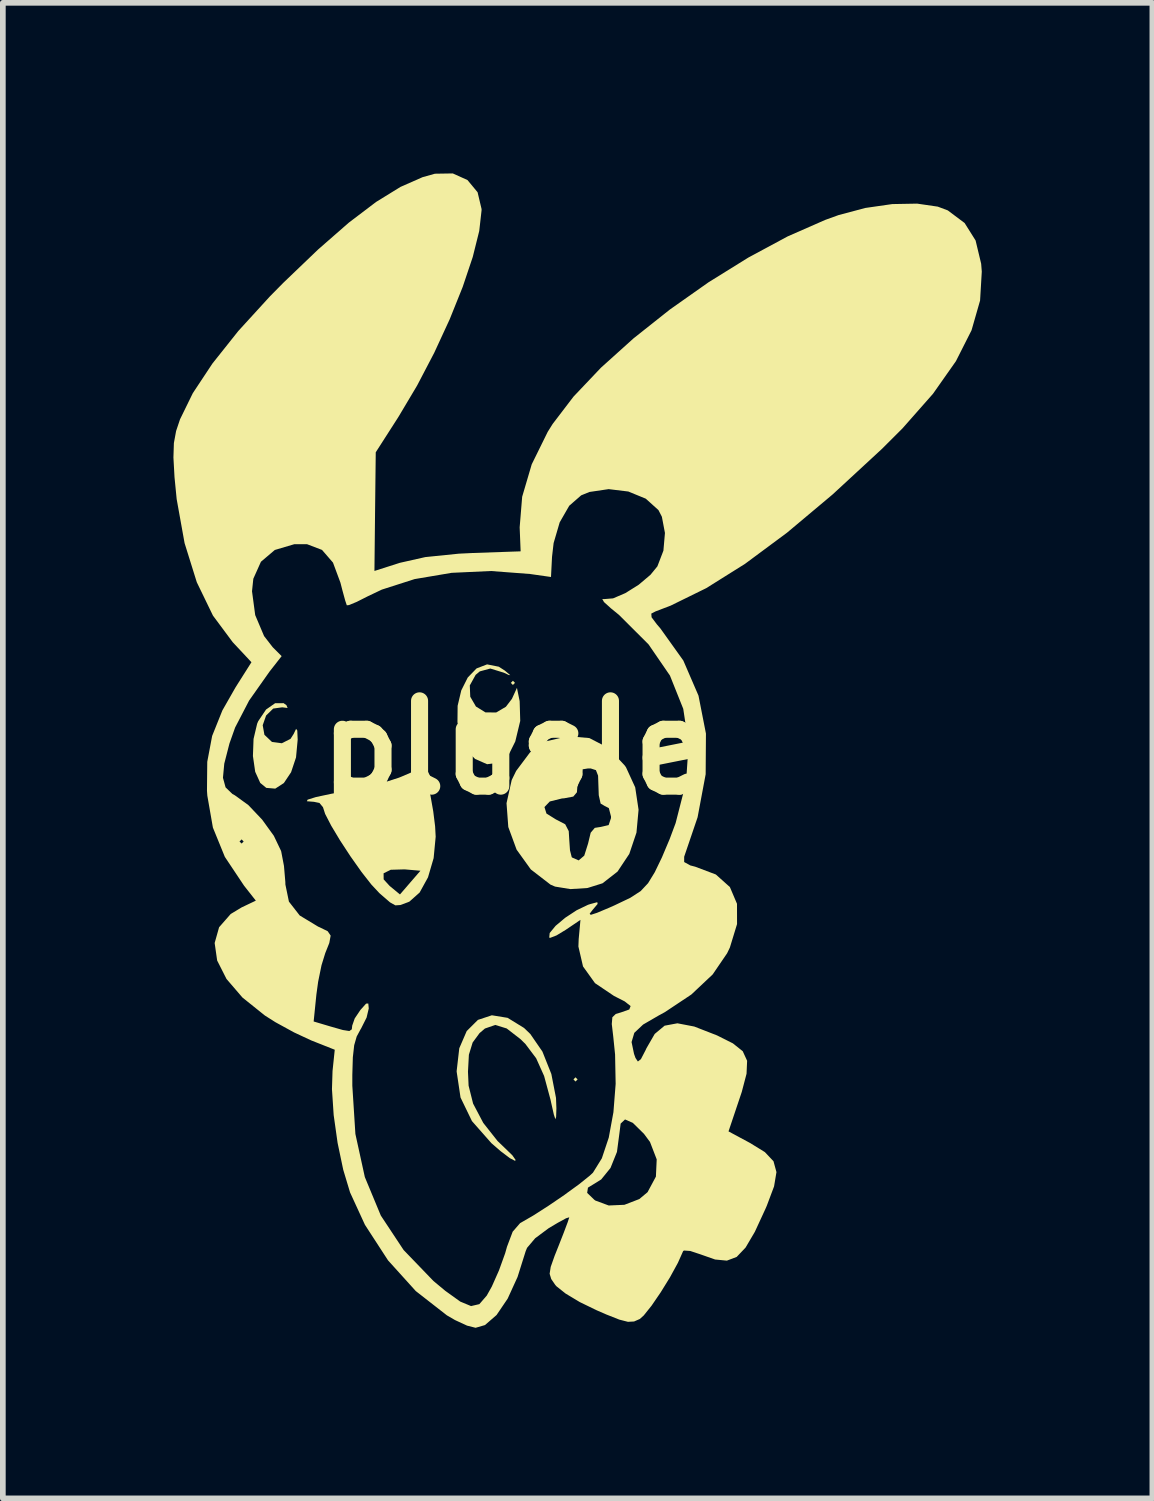
<source format=kicad_pcb>
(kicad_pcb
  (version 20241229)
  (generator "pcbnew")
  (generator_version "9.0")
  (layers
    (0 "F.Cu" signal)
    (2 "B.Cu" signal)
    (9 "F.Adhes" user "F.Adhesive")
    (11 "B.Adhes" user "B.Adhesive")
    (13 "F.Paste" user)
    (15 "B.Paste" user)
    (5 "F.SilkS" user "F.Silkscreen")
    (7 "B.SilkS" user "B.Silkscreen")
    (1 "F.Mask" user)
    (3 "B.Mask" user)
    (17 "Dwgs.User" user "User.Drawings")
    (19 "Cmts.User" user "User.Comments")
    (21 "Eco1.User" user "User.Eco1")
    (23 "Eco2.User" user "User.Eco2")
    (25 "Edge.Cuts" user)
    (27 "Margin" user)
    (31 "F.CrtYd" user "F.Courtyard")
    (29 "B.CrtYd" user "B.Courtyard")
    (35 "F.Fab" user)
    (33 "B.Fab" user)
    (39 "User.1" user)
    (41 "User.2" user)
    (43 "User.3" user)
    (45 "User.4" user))
  (footprint "plusle"
    (layer "F.Cu")
    (at 6.007 10.097)
    (property "Reference" "plusle" (at 0 0 0) (layer "F.SilkS") (effects (font (size 1.5 1.5) (thickness 0.3))))
    (attr board_only exclude_from_pos_files exclude_from_bom)
    (fp_poly (pts (xy 0 -1.138) (xy -0.037 -1.101) (xy -0.073 -1.138) (xy -0.037 -1.175)) (stroke (width 0) (type solid)) (fill yes) (layer "F.SilkS"))
    (fp_poly (pts (xy 1.101 5.836) (xy 1.064 5.873) (xy 1.028 5.836) (xy 1.064 5.799)) (stroke (width 0) (type solid)) (fill yes) (layer "F.SilkS"))
    (fp_poly (pts (xy -3.006 0.409) (xy -3.047 0.483) (xy -3.087 0.503) (xy -3.15 0.48) (xy -3.146 0.444) (xy -3.084 0.365) (xy -3.063 0.362)) (stroke (width 0) (type solid)) (fill yes) (layer "F.SilkS"))
    (fp_poly (pts (xy -4.02 -0.746) (xy -3.999 -0.696) (xy -4.094 -0.708) (xy -4.252 -0.686) (xy -4.377 -0.564) (xy -4.437 -0.393) (xy -4.407 -0.225) (xy -4.274 -0.099) (xy -4.101 -0.076) (xy -3.948 -0.153) (xy -3.893 -0.239) (xy -3.85 -0.329) (xy -3.829 -0.301) (xy -3.822 -0.139) (xy -3.822 -0.139) (xy -3.851 0.173) (xy -3.938 0.434) (xy -4.065 0.624) (xy -4.216 0.722) (xy -4.374 0.709) (xy -4.48 0.622) (xy -4.569 0.426) (xy -4.609 0.149) (xy -4.598 -0.152) (xy -4.535 -0.419) (xy -4.516 -0.464) (xy -4.378 -0.669) (xy -4.219 -0.78) (xy -4.07 -0.781)) (stroke (width 0) (type solid)) (fill yes) (layer "F.SilkS"))
    (fp_poly (pts (xy -0.285 -1.422) (xy -0.179 -1.354) (xy -0.084 -1.274) (xy -0.109 -1.276) (xy -0.197 -1.317) (xy -0.434 -1.39) (xy -0.619 -1.34) (xy -0.692 -1.279) (xy -0.795 -1.093) (xy -0.787 -0.894) (xy -0.687 -0.722) (xy -0.52 -0.619) (xy -0.331 -0.617) (xy -0.16 -0.718) (xy -0.054 -0.857) (xy 0.034 -1.05) (xy 0.082 -0.815) (xy 0.092 -0.469) (xy 0.005 -0.108) (xy -0.104 0.112) (xy -0.277 0.263) (xy -0.49 0.293) (xy -0.702 0.2) (xy -0.8 0.103) (xy -0.946 -0.158) (xy -1.012 -0.445) (xy -1.009 -0.735) (xy -0.945 -1.005) (xy -0.831 -1.232) (xy -0.676 -1.392) (xy -0.491 -1.463)) (stroke (width 0) (type solid)) (fill yes) (layer "F.SilkS"))
    (fp_poly (pts (xy -0.13 4.753) (xy 0.159 4.931) (xy 0.269 5.037) (xy 0.482 5.346) (xy 0.639 5.74) (xy 0.721 6.161) (xy 0.728 6.345) (xy 0.723 6.496) (xy 0.71 6.536) (xy 0.683 6.454) (xy 0.635 6.241) (xy 0.625 6.194) (xy 0.512 5.776) (xy 0.372 5.464) (xy 0.183 5.213) (xy 0.098 5.129) (xy -0.146 4.94) (xy -0.347 4.878) (xy -0.529 4.941) (xy -0.623 5.021) (xy -0.745 5.187) (xy -0.811 5.402) (xy -0.827 5.701) (xy -0.816 5.946) (xy -0.737 6.261) (xy -0.558 6.601) (xy -0.306 6.92) (xy -0.184 7.037) (xy -0.047 7.17) (xy 0.011 7.253) (xy 0.001 7.268) (xy -0.09 7.221) (xy -0.25 7.1) (xy -0.416 6.956) (xy -0.757 6.569) (xy -0.958 6.154) (xy -1.026 5.699) (xy -1.026 5.689) (xy -0.98 5.288) (xy -0.849 4.985) (xy -0.652 4.789) (xy -0.407 4.708)) (stroke (width 0) (type solid)) (fill yes) (layer "F.SilkS"))
    (fp_poly (pts (xy -1.598 0.434) (xy -1.543 0.607) (xy -1.486 0.849) (xy -1.438 1.121) (xy -1.405 1.384) (xy -1.395 1.568) (xy -1.431 1.944) (xy -1.53 2.282) (xy -1.677 2.549) (xy -1.857 2.709) (xy -1.886 2.721) (xy -2.016 2.769) (xy -2.104 2.775) (xy -2.198 2.722) (xy -2.346 2.594) (xy -2.385 2.56) (xy -2.525 2.41) (xy -2.681 2.211) (xy -2.311 2.211) (xy -2.31 2.318) (xy -2.204 2.434) (xy -2.023 2.583) (xy -1.843 2.374) (xy -1.663 2.166) (xy -1.942 2.142) (xy -2.185 2.149) (xy -2.311 2.211) (xy -2.681 2.211) (xy -2.701 2.185) (xy -2.892 1.915) (xy -3.076 1.634) (xy -3.232 1.374) (xy -3.339 1.167) (xy -3.377 1.049) (xy -3.439 0.974) (xy -3.536 0.954) (xy -3.66 0.944) (xy -3.647 0.916) (xy -3.503 0.871) (xy -3.237 0.814) (xy -2.965 0.764) (xy -2.625 0.695) (xy -2.298 0.612) (xy -2.043 0.53) (xy -1.991 0.509) (xy -1.798 0.426) (xy -1.671 0.375) (xy -1.645 0.367)) (stroke (width 0) (type solid)) (fill yes) (layer "F.SilkS"))
    (fp_poly (pts (xy 1.308 -0.167) (xy 1.642 0.006) (xy 1.933 0.319) (xy 1.953 0.349) (xy 2.114 0.7) (xy 2.173 1.094) (xy 2.136 1.496) (xy 2.01 1.87) (xy 1.803 2.181) (xy 1.539 2.387) (xy 1.277 2.469) (xy 0.975 2.489) (xy 0.705 2.445) (xy 0.624 2.41) (xy 0.278 2.143) (xy 0.028 1.795) (xy -0.118 1.397) (xy -0.144 1.046) (xy 0.518 1.046) (xy 0.553 1.16) (xy 0.723 1.266) (xy 0.728 1.268) (xy 0.883 1.349) (xy 0.945 1.469) (xy 0.954 1.619) (xy 0.967 1.807) (xy 0.997 1.925) (xy 1.003 1.933) (xy 1.12 1.984) (xy 1.218 1.9) (xy 1.284 1.691) (xy 1.285 1.688) (xy 1.331 1.497) (xy 1.403 1.412) (xy 1.511 1.395) (xy 1.647 1.363) (xy 1.688 1.24) (xy 1.688 1.211) (xy 1.65 1.064) (xy 1.578 1.028) (xy 1.506 0.985) (xy 1.473 0.838) (xy 1.468 0.697) (xy 1.461 0.494) (xy 1.423 0.397) (xy 1.334 0.368) (xy 1.285 0.367) (xy 1.16 0.387) (xy 1.109 0.475) (xy 1.101 0.62) (xy 1.089 0.786) (xy 1.025 0.862) (xy 0.865 0.892) (xy 0.826 0.895) (xy 0.612 0.948) (xy 0.518 1.046) (xy -0.144 1.046) (xy -0.149 0.978) (xy -0.058 0.571) (xy 0.02 0.411) (xy 0.264 0.085) (xy 0.562 -0.114) (xy 0.931 -0.2)) (stroke (width 0) (type solid)) (fill yes) (layer "F.SilkS"))
    (fp_poly (pts (xy -0.836 -9.981) (xy -0.658 -9.766) (xy -0.588 -9.471) (xy -0.588 -9.448) (xy -0.629 -9.085) (xy -0.743 -8.628) (xy -0.92 -8.101) (xy -1.149 -7.531) (xy -1.42 -6.944) (xy -1.722 -6.366) (xy -2.046 -5.822) (xy -2.059 -5.801) (xy -2.449 -5.193) (xy -2.461 -4.149) (xy -2.472 -3.106) (xy -2.025 -3.249) (xy -1.577 -3.35) (xy -0.987 -3.41) (xy -0.74 -3.422) (xy 0.099 -3.451) (xy 0.082 -3.873) (xy 0.126 -4.411) (xy 0.294 -4.981) (xy 0.575 -5.552) (xy 0.662 -5.691) (xy 1.029 -6.172) (xy 1.511 -6.68) (xy 2.084 -7.196) (xy 2.723 -7.703) (xy 3.404 -8.183) (xy 4.103 -8.617) (xy 4.794 -8.989) (xy 5.454 -9.279) (xy 5.689 -9.364) (xy 6.162 -9.49) (xy 6.635 -9.558) (xy 7.072 -9.566) (xy 7.435 -9.513) (xy 7.611 -9.447) (xy 7.907 -9.225) (xy 8.1 -8.918) (xy 8.198 -8.509) (xy 8.209 -8.37) (xy 8.179 -7.862) (xy 8.029 -7.339) (xy 7.754 -6.795) (xy 7.351 -6.222) (xy 6.815 -5.614) (xy 6.45 -5.25) (xy 5.585 -4.451) (xy 4.784 -3.779) (xy 4.045 -3.231) (xy 3.364 -2.804) (xy 2.737 -2.496) (xy 2.47 -2.394) (xy 2.397 -2.356) (xy 2.402 -2.291) (xy 2.495 -2.167) (xy 2.557 -2.095) (xy 2.96 -1.531) (xy 3.227 -0.913) (xy 3.358 -0.246) (xy 3.353 0.469) (xy 3.211 1.226) (xy 2.975 1.92) (xy 2.975 2.013) (xy 3.084 2.073) (xy 3.169 2.095) (xy 3.532 2.232) (xy 3.779 2.453) (xy 3.904 2.747) (xy 3.905 3.104) (xy 3.779 3.516) (xy 3.73 3.618) (xy 3.476 3.99) (xy 3.101 4.343) (xy 2.635 4.653) (xy 2.532 4.709) (xy 2.253 4.871) (xy 2.098 5.017) (xy 2.05 5.179) (xy 2.093 5.386) (xy 2.119 5.459) (xy 2.161 5.521) (xy 2.214 5.48) (xy 2.297 5.32) (xy 2.311 5.289) (xy 2.457 5.036) (xy 2.631 4.891) (xy 2.856 4.849) (xy 3.153 4.906) (xy 3.543 5.058) (xy 3.551 5.061) (xy 3.832 5.202) (xy 4.005 5.34) (xy 4.082 5.508) (xy 4.072 5.736) (xy 3.988 6.056) (xy 3.94 6.199) (xy 3.755 6.75) (xy 4.134 6.954) (xy 4.394 7.114) (xy 4.546 7.275) (xy 4.598 7.466) (xy 4.556 7.717) (xy 4.428 8.058) (xy 4.404 8.113) (xy 4.218 8.516) (xy 4.055 8.793) (xy 3.898 8.958) (xy 3.726 9.023) (xy 3.519 9.003) (xy 3.26 8.912) (xy 3.082 8.853) (xy 2.971 8.845) (xy 2.956 8.857) (xy 2.865 9.061) (xy 2.726 9.315) (xy 2.563 9.579) (xy 2.401 9.816) (xy 2.264 9.987) (xy 2.195 10.049) (xy 2.094 10.093) (xy 1.986 10.099) (xy 1.834 10.06) (xy 1.604 9.969) (xy 1.432 9.894) (xy 1.138 9.751) (xy 0.89 9.602) (xy 0.729 9.474) (xy 0.708 9.45) (xy 0.637 9.346) (xy 0.609 9.254) (xy 0.628 9.133) (xy 0.696 8.94) (xy 0.761 8.777) (xy 0.856 8.535) (xy 0.925 8.351) (xy 0.954 8.263) (xy 0.954 8.261) (xy 0.898 8.278) (xy 0.753 8.357) (xy 0.593 8.452) (xy 0.355 8.629) (xy 0.212 8.798) (xy 0.188 8.856) (xy 0.045 9.31) (xy -0.129 9.691) (xy -0.324 9.979) (xy -0.528 10.156) (xy -0.693 10.204) (xy -0.843 10.166) (xy -1.055 10.068) (xy -1.198 9.985) (xy -1.745 9.558) (xy -2.233 9.018) (xy -2.639 8.393) (xy -2.901 7.823) (xy -3.021 7.424) (xy -3.12 6.952) (xy -3.189 6.462) (xy -3.219 6.007) (xy -3.209 5.689) (xy -3.17 5.314) (xy -3.586 5.149) (xy -3.886 5.009) (xy -4.213 4.83) (xy -4.399 4.712) (xy -4.793 4.396) (xy -5.074 4.069) (xy -5.238 3.745) (xy -5.282 3.437) (xy -5.204 3.16) (xy -5 2.927) (xy -4.808 2.811) (xy -4.558 2.692) (xy -4.765 2.429) (xy -5.103 1.922) (xy -5.213 1.652) (xy -4.845 1.652) (xy -4.808 1.688) (xy -4.772 1.652) (xy -4.808 1.615) (xy -4.845 1.652) (xy -5.213 1.652) (xy -5.313 1.407) (xy -5.411 0.845) (xy -5.417 0.761) (xy -5.415 0.531) (xy -5.136 0.531) (xy -5.09 0.7) (xy -4.97 0.816) (xy -4.926 0.84) (xy -4.689 1.012) (xy -4.447 1.267) (xy -4.241 1.552) (xy -4.115 1.816) (xy -4.111 1.83) (xy -4.063 2.082) (xy -4.039 2.364) (xy -4.038 2.408) (xy -3.976 2.709) (xy -3.786 2.953) (xy -3.462 3.149) (xy -3.432 3.162) (xy -3.294 3.23) (xy -3.242 3.307) (xy -3.266 3.437) (xy -3.337 3.615) (xy -3.403 3.829) (xy -3.462 4.118) (xy -3.493 4.344) (xy -3.541 4.817) (xy -3.249 4.904) (xy -3.028 4.967) (xy -2.913 4.985) (xy -2.87 4.955) (xy -2.863 4.89) (xy -2.819 4.764) (xy -2.719 4.615) (xy -2.619 4.503) (xy -2.58 4.501) (xy -2.572 4.588) (xy -2.61 4.748) (xy -2.706 4.939) (xy -2.716 4.955) (xy -2.784 5.081) (xy -2.828 5.234) (xy -2.852 5.449) (xy -2.861 5.759) (xy -2.861 5.946) (xy -2.807 6.795) (xy -2.641 7.553) (xy -2.36 8.23) (xy -1.959 8.836) (xy -1.434 9.381) (xy -1.226 9.554) (xy -0.963 9.743) (xy -0.773 9.822) (xy -0.627 9.788) (xy -0.497 9.638) (xy -0.408 9.479) (xy -0.282 9.195) (xy -0.173 8.893) (xy -0.141 8.779) (xy -0.041 8.514) (xy 0.091 8.362) (xy 0.101 8.357) (xy 0.319 8.231) (xy 0.589 8.058) (xy 0.871 7.866) (xy 0.918 7.831) (xy 1.269 7.831) (xy 1.393 7.951) (xy 1.413 7.966) (xy 1.648 8.053) (xy 1.924 8.041) (xy 2.186 7.94) (xy 2.331 7.819) (xy 2.478 7.545) (xy 2.492 7.242) (xy 2.374 6.936) (xy 2.268 6.793) (xy 2.072 6.6) (xy 1.935 6.54) (xy 1.858 6.613) (xy 1.835 6.793) (xy 1.793 7.111) (xy 1.679 7.394) (xy 1.516 7.595) (xy 1.435 7.646) (xy 1.283 7.739) (xy 1.269 7.831) (xy 0.918 7.831) (xy 1.125 7.681) (xy 1.313 7.53) (xy 1.371 7.476) (xy 1.527 7.224) (xy 1.649 6.859) (xy 1.731 6.412) (xy 1.77 5.915) (xy 1.76 5.398) (xy 1.728 5.085) (xy 1.702 4.862) (xy 1.712 4.743) (xy 1.772 4.685) (xy 1.865 4.657) (xy 2.01 4.606) (xy 2.033 4.546) (xy 1.929 4.464) (xy 1.741 4.368) (xy 1.407 4.143) (xy 1.196 3.849) (xy 1.115 3.499) (xy 1.12 3.369) (xy 1.151 3.03) (xy 0.894 3.204) (xy 0.729 3.304) (xy 0.62 3.346) (xy 0.602 3.343) (xy 0.61 3.261) (xy 0.714 3.135) (xy 0.883 2.993) (xy 1.084 2.861) (xy 1.284 2.765) (xy 1.321 2.753) (xy 1.447 2.719) (xy 1.453 2.75) (xy 1.367 2.852) (xy 1.313 2.922) (xy 1.332 2.942) (xy 1.443 2.906) (xy 1.664 2.813) (xy 1.747 2.776) (xy 2.026 2.643) (xy 2.21 2.524) (xy 2.34 2.385) (xy 2.458 2.192) (xy 2.584 1.931) (xy 2.721 1.606) (xy 2.825 1.327) (xy 3.008 0.611) (xy 3.053 -0.057) (xy 2.959 -0.681) (xy 2.725 -1.266) (xy 2.348 -1.815) (xy 1.829 -2.333) (xy 1.688 -2.448) (xy 1.565 -2.559) (xy 1.535 -2.613) (xy 1.566 -2.611) (xy 1.725 -2.624) (xy 1.942 -2.717) (xy 2.176 -2.864) (xy 2.382 -3.038) (xy 2.504 -3.187) (xy 2.61 -3.463) (xy 2.637 -3.774) (xy 2.583 -4.059) (xy 2.523 -4.176) (xy 2.3 -4.377) (xy 1.993 -4.503) (xy 1.647 -4.545) (xy 1.309 -4.495) (xy 1.164 -4.436) (xy 0.954 -4.253) (xy 0.786 -3.961) (xy 0.679 -3.596) (xy 0.651 -3.353) (xy 0.633 -3) (xy 0.261 -3.053) (xy -0.426 -3.105) (xy -1.114 -3.073) (xy -1.765 -2.963) (xy -2.342 -2.778) (xy -2.588 -2.661) (xy -2.784 -2.562) (xy -2.92 -2.506) (xy -2.958 -2.502) (xy -2.986 -2.585) (xy -3.035 -2.764) (xy -3.07 -2.9) (xy -3.201 -3.253) (xy -3.394 -3.476) (xy -3.656 -3.576) (xy -3.883 -3.576) (xy -4.224 -3.475) (xy -4.468 -3.268) (xy -4.602 -2.969) (xy -4.625 -2.749) (xy -4.569 -2.33) (xy -4.413 -1.961) (xy -4.261 -1.765) (xy -4.104 -1.608) (xy -4.317 -1.336) (xy -4.676 -0.827) (xy -4.922 -0.353) (xy -5.022 -0.071) (xy -5.113 0.283) (xy -5.136 0.531) (xy -5.415 0.531) (xy -5.412 0.25) (xy -5.326 -0.205) (xy -5.146 -0.654) (xy -4.913 -1.062) (xy -4.635 -1.501) (xy -4.965 -1.854) (xy -5.312 -2.321) (xy -5.596 -2.907) (xy -5.811 -3.596) (xy -5.95 -4.369) (xy -5.988 -4.755) (xy -6.007 -5.102) (xy -5.999 -5.355) (xy -5.96 -5.567) (xy -5.891 -5.773) (xy -5.666 -6.233) (xy -5.321 -6.754) (xy -4.866 -7.326) (xy -4.309 -7.936) (xy -4.074 -8.174) (xy -3.462 -8.76) (xy -2.922 -9.232) (xy -2.442 -9.596) (xy -2.014 -9.86) (xy -1.626 -10.031) (xy -1.408 -10.092) (xy -1.094 -10.097)) (stroke (width 0) (type solid)) (fill yes) (layer "F.SilkS")))
  (gr_rect
    (start -3 -3)
    (end 17.216 23.301)
    (stroke (width 0.1) (type default))
    (fill no)
    (layer "Edge.Cuts")))
</source>
